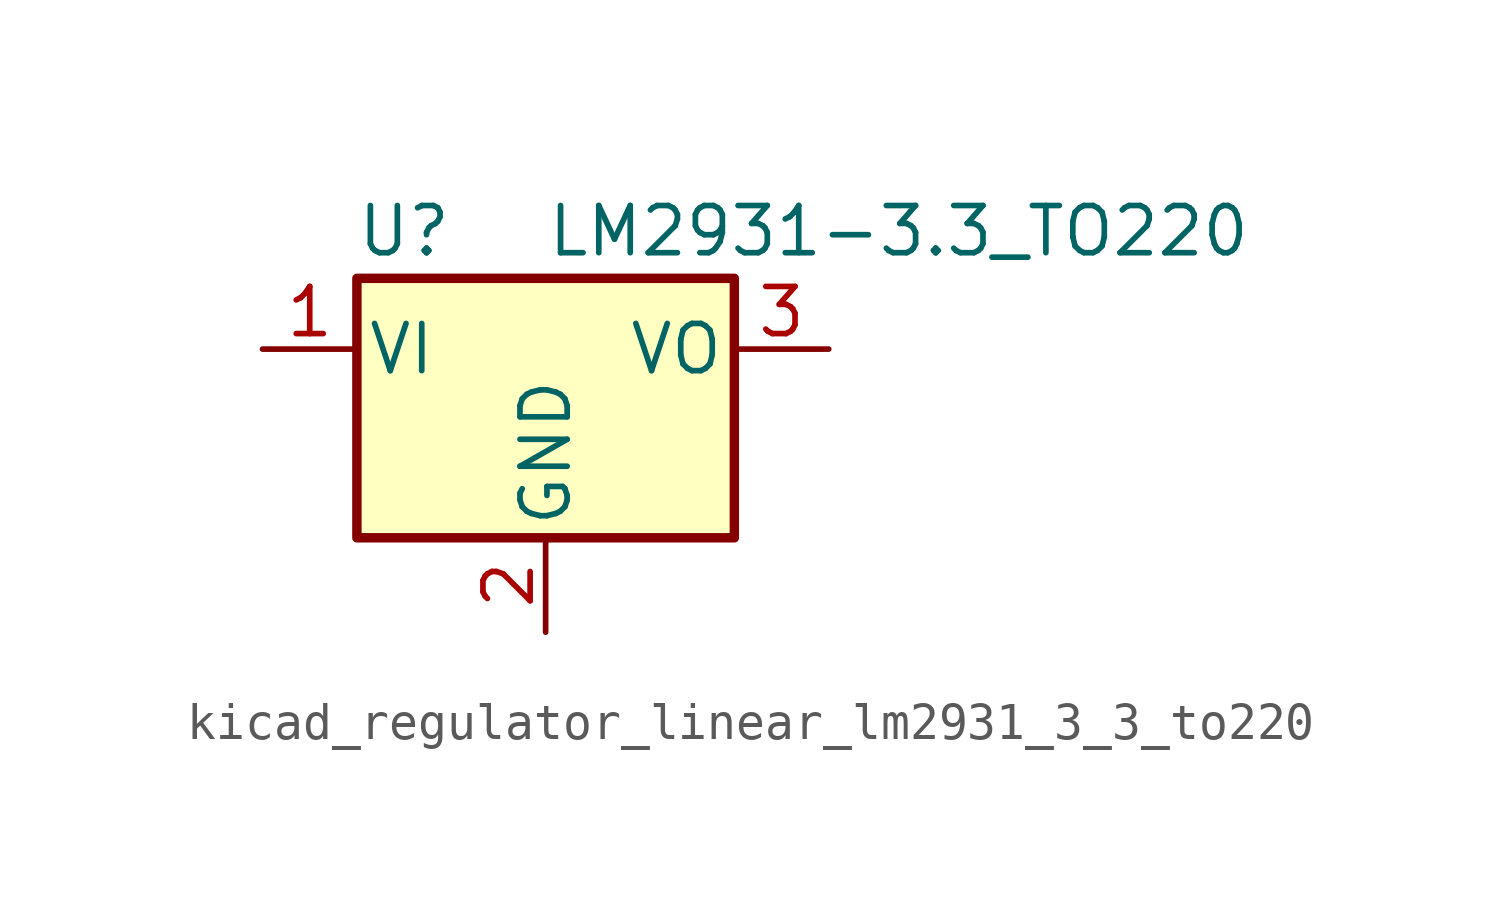
<source format=kicad_sym>
(kicad_symbol_lib
  (version 20220914)
  (generator kicad_symbol_editor)
  (symbol "kicad_regulator_linear_lm2931_3_3_to220"
    (pin_names
      (offset 0.254))
    (property "Reference" "U"
      (at -3.81 3.175 0)
      (effects (font (size 1.27 1.27))))
    (property "Value" "LM2931-3.3_TO220"
      (at 0 3.175 0)
      (effects (font (size 1.27 1.27)) (justify left)))
    (symbol "kicad_regulator_linear_lm2931_3_3_to220_0_1"
      (rectangle (start -5.08 1.905) (end 5.08 -5.08) (stroke (width 0.254) (type default)) (fill (type background))))
    (symbol "kicad_regulator_linear_lm2931_3_3_to220_1_1"
      (pin power_in line (at -7.62 0 0) (length 2.54) (name "VI" (effects (font (size 1.27 1.27)))) (number "1" (effects (font (size 1.27 1.27)))))
      (pin power_in line (at 0 -7.62 90) (length 2.54) (name "GND" (effects (font (size 1.27 1.27)))) (number "2" (effects (font (size 1.27 1.27)))))
      (pin power_out line (at 7.62 0 180) (length 2.54) (name "VO" (effects (font (size 1.27 1.27)))) (number "3" (effects (font (size 1.27 1.27))))))))
</source>
